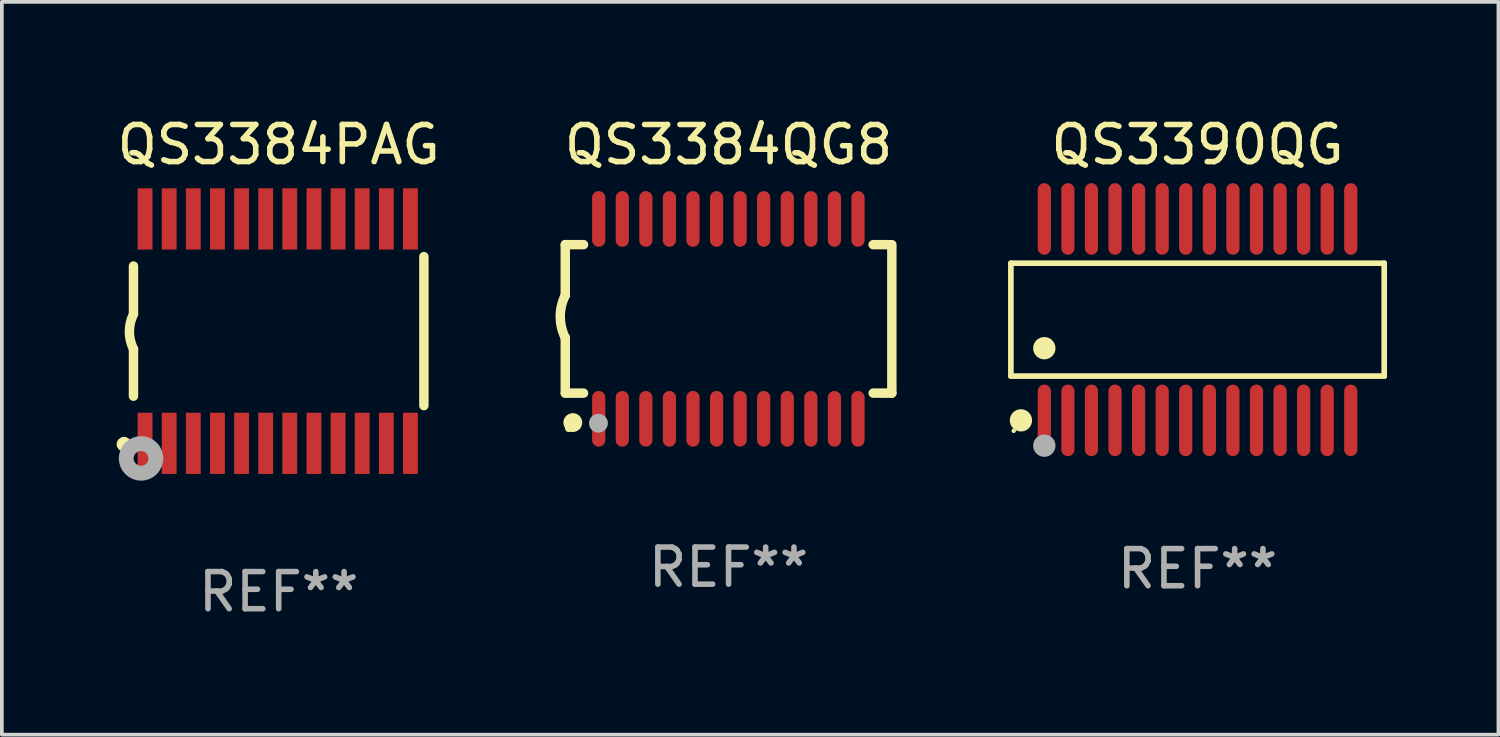
<source format=kicad_pcb>
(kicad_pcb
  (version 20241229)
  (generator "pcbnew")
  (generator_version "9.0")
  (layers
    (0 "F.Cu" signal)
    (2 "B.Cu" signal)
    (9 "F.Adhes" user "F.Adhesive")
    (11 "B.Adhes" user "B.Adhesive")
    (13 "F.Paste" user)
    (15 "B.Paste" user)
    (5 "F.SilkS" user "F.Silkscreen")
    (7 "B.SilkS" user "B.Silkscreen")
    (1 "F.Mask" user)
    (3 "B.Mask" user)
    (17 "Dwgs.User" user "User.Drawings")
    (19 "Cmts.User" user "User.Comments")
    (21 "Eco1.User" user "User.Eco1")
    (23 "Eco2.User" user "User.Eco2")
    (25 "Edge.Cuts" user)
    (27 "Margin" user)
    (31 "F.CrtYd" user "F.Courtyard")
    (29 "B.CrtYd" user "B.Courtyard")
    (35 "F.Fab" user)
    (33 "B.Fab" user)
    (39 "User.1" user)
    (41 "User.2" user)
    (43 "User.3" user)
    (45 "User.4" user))
  (footprint "QS3384QG8"
    (layer "F.Cu")
    (at 16.578 5.541)
    (property "Reference" "QS3384QG8" (at 0 -4.692 0) (layer "F.SilkS") (effects (font (size 1 1) (thickness 0.15))))
    (attr through_hole)
    (fp_line (start -4.399 -2) (end -4.399 -0.635) (stroke (width 0.254) (type solid)) (layer "F.SilkS"))
    (fp_line (start -4.399 -2) (end -3.907 -2) (stroke (width 0.254) (type solid)) (layer "F.SilkS"))
    (fp_line (start -4.399 2) (end -4.399 0.508) (stroke (width 0.254) (type solid)) (layer "F.SilkS"))
    (fp_line (start -4.399 2) (end -3.907 2) (stroke (width 0.254) (type solid)) (layer "F.SilkS"))
    (fp_line (start 3.896 -2) (end 4.313 -2) (stroke (width 0.254) (type solid)) (layer "F.SilkS"))
    (fp_line (start 3.896 2) (end 4.399 2) (stroke (width 0.254) (type solid)) (layer "F.SilkS"))
    (fp_line (start 4.399 2) (end 4.399 -2) (stroke (width 0.254) (type solid)) (layer "F.SilkS"))
    (fp_arc (start -4.399301 0.508001) (mid -4.534214 -0.0635) (end -4.399301 -0.635001) (stroke (width 0.254001) (type solid)) (layer "F.SilkS"))
    (fp_circle (center -4.305 2.95) (end -4.255 2.95) (stroke (width 0.1) (type solid)) (fill no) (layer "F.SilkS"))
    (fp_circle (center -4.196 2.794) (end -4.069 2.794) (stroke (width 0.254) (type solid)) (fill no) (layer "F.SilkS"))
    (fp_circle (center -3.505 2.81) (end -3.378 2.81) (stroke (width 0.254) (type solid)) (fill no) (layer "F.Fab"))
    (fp_text user "REF**" (at 0 6.692 0) (layer "F.Fab") (effects (font (size 1 1) (thickness 0.15))))
    (pad "1" smd oval (at -3.498 2.692 90) (size 1.5 0.356) (layers "F.Cu" "F.Mask" "F.Paste"))
    (pad "2" smd oval (at -2.863 2.692 90) (size 1.5 0.356) (layers "F.Cu" "F.Mask" "F.Paste"))
    (pad "3" smd oval (at -2.228 2.692 90) (size 1.5 0.356) (layers "F.Cu" "F.Mask" "F.Paste"))
    (pad "4" smd oval (at -1.593 2.692 90) (size 1.5 0.356) (layers "F.Cu" "F.Mask" "F.Paste"))
    (pad "5" smd oval (at -0.958 2.692 90) (size 1.5 0.356) (layers "F.Cu" "F.Mask" "F.Paste"))
    (pad "6" smd oval (at -0.323 2.692 90) (size 1.5 0.356) (layers "F.Cu" "F.Mask" "F.Paste"))
    (pad "7" smd oval (at 0.312 2.692 90) (size 1.5 0.356) (layers "F.Cu" "F.Mask" "F.Paste"))
    (pad "8" smd oval (at 0.947 2.692 90) (size 1.5 0.356) (layers "F.Cu" "F.Mask" "F.Paste"))
    (pad "9" smd oval (at 1.582 2.692 90) (size 1.5 0.356) (layers "F.Cu" "F.Mask" "F.Paste"))
    (pad "10" smd oval (at 2.217 2.692 90) (size 1.5 0.356) (layers "F.Cu" "F.Mask" "F.Paste"))
    (pad "11" smd oval (at 2.852 2.692 90) (size 1.5 0.356) (layers "F.Cu" "F.Mask" "F.Paste"))
    (pad "12" smd oval (at 3.487 2.692 90) (size 1.5 0.356) (layers "F.Cu" "F.Mask" "F.Paste"))
    (pad "13" smd oval (at 3.487 -2.692 90) (size 1.5 0.356) (layers "F.Cu" "F.Mask" "F.Paste"))
    (pad "14" smd oval (at 2.852 -2.692 90) (size 1.5 0.356) (layers "F.Cu" "F.Mask" "F.Paste"))
    (pad "15" smd oval (at 2.217 -2.692 90) (size 1.5 0.356) (layers "F.Cu" "F.Mask" "F.Paste"))
    (pad "16" smd oval (at 1.582 -2.692 90) (size 1.5 0.356) (layers "F.Cu" "F.Mask" "F.Paste"))
    (pad "17" smd oval (at 0.947 -2.692 90) (size 1.5 0.356) (layers "F.Cu" "F.Mask" "F.Paste"))
    (pad "18" smd oval (at 0.312 -2.692 90) (size 1.5 0.356) (layers "F.Cu" "F.Mask" "F.Paste"))
    (pad "19" smd oval (at -0.323 -2.692 90) (size 1.5 0.356) (layers "F.Cu" "F.Mask" "F.Paste"))
    (pad "20" smd oval (at -0.958 -2.692 90) (size 1.5 0.356) (layers "F.Cu" "F.Mask" "F.Paste"))
    (pad "21" smd oval (at -1.593 -2.692 90) (size 1.5 0.356) (layers "F.Cu" "F.Mask" "F.Paste"))
    (pad "22" smd oval (at -2.228 -2.692 90) (size 1.5 0.356) (layers "F.Cu" "F.Mask" "F.Paste"))
    (pad "23" smd oval (at -2.863 -2.692 90) (size 1.5 0.356) (layers "F.Cu" "F.Mask" "F.Paste"))
    (pad "24" smd oval (at -3.498 -2.692 90) (size 1.5 0.356) (layers "F.Cu" "F.Mask" "F.Paste")))
  (footprint "QS3390QG"
    (layer "F.Cu")
    (at 29.213 5.562)
    (property "Reference" "QS3390QG" (at 0 -4.713 0) (layer "F.SilkS") (effects (font (size 1 1) (thickness 0.15))))
    (attr through_hole)
    (fp_line (start -5.029 -1.521) (end 5.029 -1.521) (stroke (width 0.152) (type solid)) (layer "F.SilkS"))
    (fp_line (start -5.029 1.521) (end -5.029 -1.521) (stroke (width 0.152) (type solid)) (layer "F.SilkS"))
    (fp_line (start 5.029 -1.521) (end 5.029 1.521) (stroke (width 0.152) (type solid)) (layer "F.SilkS"))
    (fp_line (start 5.029 1.521) (end -5.029 1.521) (stroke (width 0.152) (type solid)) (layer "F.SilkS"))
    (fp_circle (center -4.953 2.995) (end -4.923 2.995) (stroke (width 0.06) (type solid)) (fill no) (layer "F.SilkS"))
    (fp_circle (center -4.758 2.713) (end -4.608 2.713) (stroke (width 0.3) (type solid)) (fill no) (layer "F.SilkS"))
    (fp_circle (center -4.128 0.769) (end -3.977 0.769) (stroke (width 0.3) (type solid)) (fill no) (layer "F.SilkS"))
    (fp_circle (center -4.128 3.395) (end -3.977 3.395) (stroke (width 0.3) (type solid)) (fill no) (layer "F.Fab"))
    (fp_text user "REF**" (at 0 6.713 0) (layer "F.Fab") (effects (font (size 1 1) (thickness 0.15))))
    (pad "1" smd oval (at -4.128 2.713) (size 0.356 1.927) (layers "F.Cu" "F.Mask" "F.Paste"))
    (pad "2" smd oval (at -3.493 2.713) (size 0.356 1.927) (layers "F.Cu" "F.Mask" "F.Paste"))
    (pad "3" smd oval (at -2.858 2.713) (size 0.356 1.927) (layers "F.Cu" "F.Mask" "F.Paste"))
    (pad "4" smd oval (at -2.223 2.713) (size 0.356 1.927) (layers "F.Cu" "F.Mask" "F.Paste"))
    (pad "5" smd oval (at -1.588 2.713) (size 0.356 1.927) (layers "F.Cu" "F.Mask" "F.Paste"))
    (pad "6" smd oval (at -0.953 2.713) (size 0.356 1.927) (layers "F.Cu" "F.Mask" "F.Paste"))
    (pad "7" smd oval (at -0.318 2.713) (size 0.356 1.927) (layers "F.Cu" "F.Mask" "F.Paste"))
    (pad "8" smd oval (at 0.318 2.713) (size 0.356 1.927) (layers "F.Cu" "F.Mask" "F.Paste"))
    (pad "9" smd oval (at 0.953 2.713) (size 0.356 1.927) (layers "F.Cu" "F.Mask" "F.Paste"))
    (pad "10" smd oval (at 1.588 2.713) (size 0.356 1.927) (layers "F.Cu" "F.Mask" "F.Paste"))
    (pad "11" smd oval (at 2.223 2.713) (size 0.356 1.927) (layers "F.Cu" "F.Mask" "F.Paste"))
    (pad "12" smd oval (at 2.858 2.713) (size 0.356 1.927) (layers "F.Cu" "F.Mask" "F.Paste"))
    (pad "13" smd oval (at 3.493 2.713) (size 0.356 1.927) (layers "F.Cu" "F.Mask" "F.Paste"))
    (pad "14" smd oval (at 4.128 2.713) (size 0.356 1.927) (layers "F.Cu" "F.Mask" "F.Paste"))
    (pad "15" smd oval (at 4.128 -2.713) (size 0.356 1.927) (layers "F.Cu" "F.Mask" "F.Paste"))
    (pad "16" smd oval (at 3.493 -2.713) (size 0.356 1.927) (layers "F.Cu" "F.Mask" "F.Paste"))
    (pad "17" smd oval (at 2.858 -2.713) (size 0.356 1.927) (layers "F.Cu" "F.Mask" "F.Paste"))
    (pad "18" smd oval (at 2.223 -2.713) (size 0.356 1.927) (layers "F.Cu" "F.Mask" "F.Paste"))
    (pad "19" smd oval (at 1.588 -2.713) (size 0.356 1.927) (layers "F.Cu" "F.Mask" "F.Paste"))
    (pad "20" smd oval (at 0.953 -2.713) (size 0.356 1.927) (layers "F.Cu" "F.Mask" "F.Paste"))
    (pad "21" smd oval (at 0.318 -2.713) (size 0.356 1.927) (layers "F.Cu" "F.Mask" "F.Paste"))
    (pad "22" smd oval (at -0.318 -2.713) (size 0.356 1.927) (layers "F.Cu" "F.Mask" "F.Paste"))
    (pad "23" smd oval (at -0.953 -2.713) (size 0.356 1.927) (layers "F.Cu" "F.Mask" "F.Paste"))
    (pad "24" smd oval (at -1.588 -2.713) (size 0.356 1.927) (layers "F.Cu" "F.Mask" "F.Paste"))
    (pad "25" smd oval (at -2.223 -2.713) (size 0.356 1.927) (layers "F.Cu" "F.Mask" "F.Paste"))
    (pad "26" smd oval (at -2.858 -2.713) (size 0.356 1.927) (layers "F.Cu" "F.Mask" "F.Paste"))
    (pad "27" smd oval (at -3.493 -2.713) (size 0.356 1.927) (layers "F.Cu" "F.Mask" "F.Paste"))
    (pad "28" smd oval (at -4.128 -2.713) (size 0.356 1.927) (layers "F.Cu" "F.Mask" "F.Paste")))
  (footprint "QS3384PAG"
    (layer "F.Cu")
    (at 4.458 5.871)
    (property "Reference" "QS3384PAG" (at 0 -5.023 0) (layer "F.SilkS") (effects (font (size 1 1) (thickness 0.15))))
    (attr through_hole)
    (fp_line (start -3.912 -0.483) (end -3.912 -1.753) (stroke (width 0.254) (type solid)) (layer "F.SilkS"))
    (fp_line (start -3.912 1.753) (end -3.912 0.483) (stroke (width 0.254) (type solid)) (layer "F.SilkS"))
    (fp_line (start 3.912 -2.007) (end 3.912 2.007) (stroke (width 0.254) (type solid)) (layer "F.SilkS"))
    (fp_arc (start -3.911608 0.482601) (mid -4.022537 0.0127) (end -3.911608 -0.457201) (stroke (width 0.254001) (type solid)) (layer "F.SilkS"))
    (fp_circle (center -4.166 3.048) (end -4.066 3.048) (stroke (width 0.2) (type solid)) (fill no) (layer "F.SilkS"))
    (fp_circle (center -3.925 3.186) (end -3.895 3.186) (stroke (width 0.06) (type solid)) (fill no) (layer "F.SilkS"))
    (fp_circle (center -3.708 3.429) (end -3.509 3.429) (stroke (width 0.4) (type solid)) (fill no) (layer "F.Fab"))
    (fp_text user "REF**" (at 0 7.023 0) (layer "F.Fab") (effects (font (size 1 1) (thickness 0.15))))
    (pad "1" smd rect (at -3.6 3.023) (size 0.4 1.65) (layers "F.Cu" "F.Mask" "F.Paste"))
    (pad "2" smd rect (at -2.95 3.023) (size 0.4 1.65) (layers "F.Cu" "F.Mask" "F.Paste"))
    (pad "3" smd rect (at -2.3 3.023) (size 0.4 1.65) (layers "F.Cu" "F.Mask" "F.Paste"))
    (pad "4" smd rect (at -1.65 3.023) (size 0.4 1.65) (layers "F.Cu" "F.Mask" "F.Paste"))
    (pad "5" smd rect (at -1 3.023) (size 0.4 1.65) (layers "F.Cu" "F.Mask" "F.Paste"))
    (pad "6" smd rect (at -0.35 3.023) (size 0.4 1.65) (layers "F.Cu" "F.Mask" "F.Paste"))
    (pad "7" smd rect (at 0.299 3.023) (size 0.4 1.65) (layers "F.Cu" "F.Mask" "F.Paste"))
    (pad "8" smd rect (at 0.95 3.023) (size 0.4 1.65) (layers "F.Cu" "F.Mask" "F.Paste"))
    (pad "9" smd rect (at 1.6 3.023) (size 0.4 1.65) (layers "F.Cu" "F.Mask" "F.Paste"))
    (pad "10" smd rect (at 2.25 3.023) (size 0.4 1.65) (layers "F.Cu" "F.Mask" "F.Paste"))
    (pad "11" smd rect (at 2.9 3.023) (size 0.4 1.65) (layers "F.Cu" "F.Mask" "F.Paste"))
    (pad "12" smd rect (at 3.549 3.023) (size 0.4 1.65) (layers "F.Cu" "F.Mask" "F.Paste"))
    (pad "13" smd rect (at 3.549 -3.023) (size 0.4 1.65) (layers "F.Cu" "F.Mask" "F.Paste"))
    (pad "14" smd rect (at 2.9 -3.023) (size 0.4 1.65) (layers "F.Cu" "F.Mask" "F.Paste"))
    (pad "15" smd rect (at 2.25 -3.023) (size 0.4 1.65) (layers "F.Cu" "F.Mask" "F.Paste"))
    (pad "16" smd rect (at 1.6 -3.023) (size 0.4 1.65) (layers "F.Cu" "F.Mask" "F.Paste"))
    (pad "17" smd rect (at 0.95 -3.023) (size 0.4 1.65) (layers "F.Cu" "F.Mask" "F.Paste"))
    (pad "18" smd rect (at 0.299 -3.023) (size 0.4 1.65) (layers "F.Cu" "F.Mask" "F.Paste"))
    (pad "19" smd rect (at -0.35 -3.023) (size 0.4 1.65) (layers "F.Cu" "F.Mask" "F.Paste"))
    (pad "20" smd rect (at -1 -3.023) (size 0.4 1.65) (layers "F.Cu" "F.Mask" "F.Paste"))
    (pad "21" smd rect (at -1.65 -3.023) (size 0.4 1.65) (layers "F.Cu" "F.Mask" "F.Paste"))
    (pad "22" smd rect (at -2.3 -3.023) (size 0.4 1.65) (layers "F.Cu" "F.Mask" "F.Paste"))
    (pad "23" smd rect (at -2.95 -3.023) (size 0.4 1.65) (layers "F.Cu" "F.Mask" "F.Paste"))
    (pad "24" smd rect (at -3.6 -3.023) (size 0.4 1.65) (layers "F.Cu" "F.Mask" "F.Paste")))
  (gr_rect
    (start -3 -3)
    (end 37.319 16.742)
    (stroke (width 0.1) (type default))
    (fill no)
    (layer "Edge.Cuts")))
</source>
